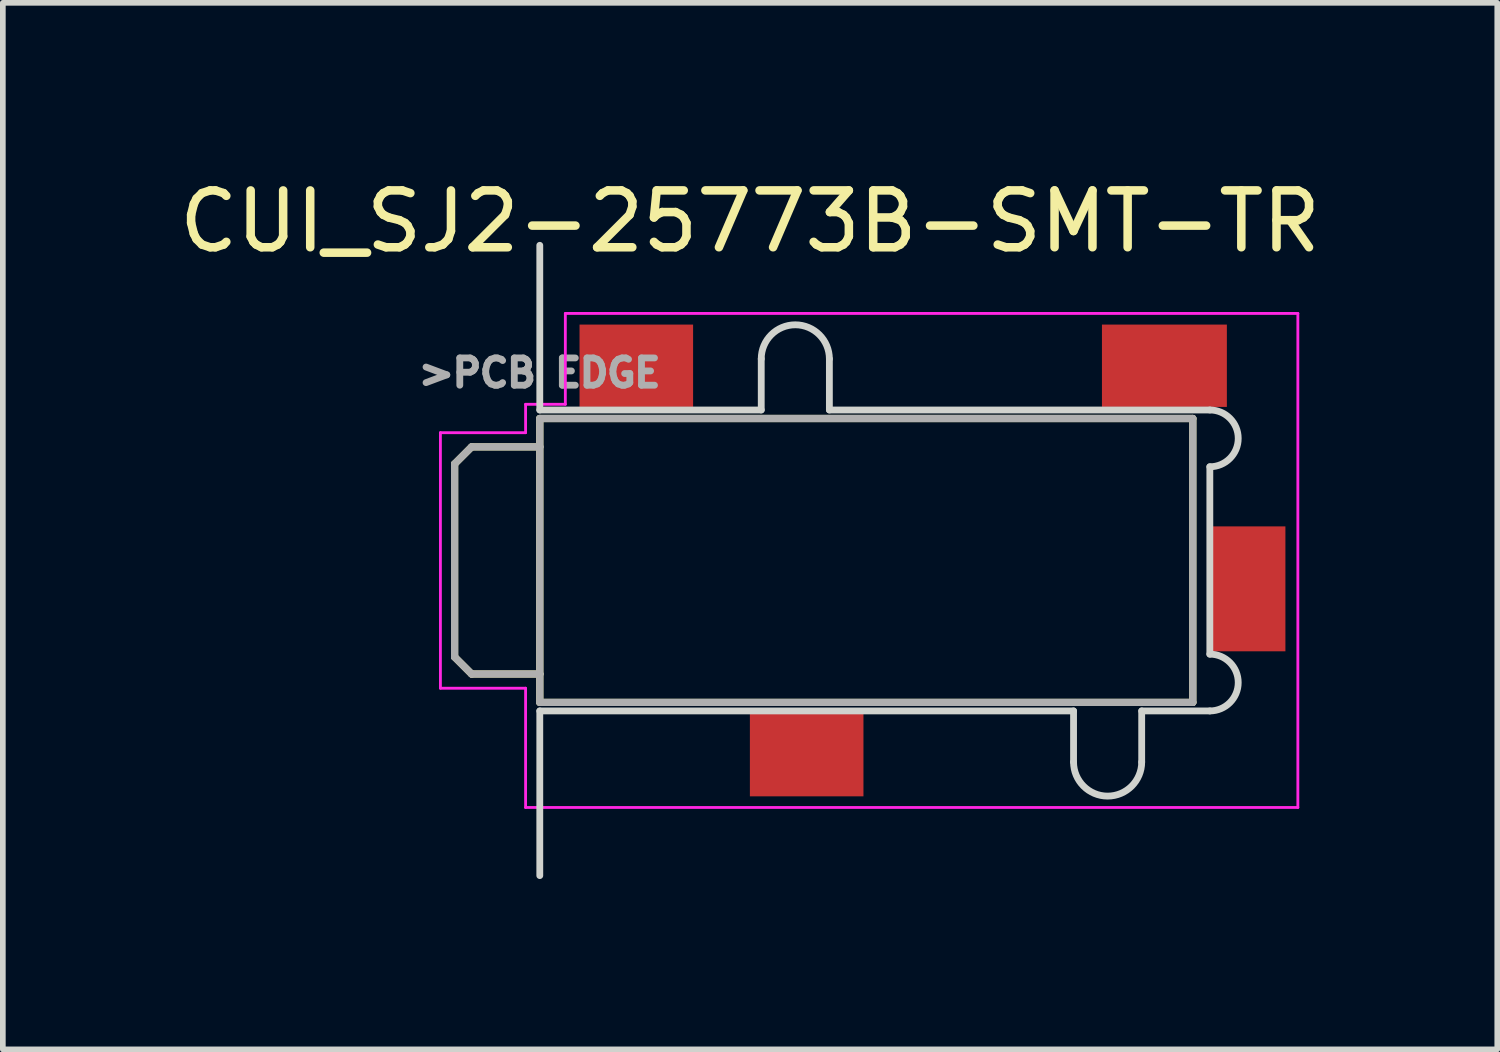
<source format=kicad_pcb>
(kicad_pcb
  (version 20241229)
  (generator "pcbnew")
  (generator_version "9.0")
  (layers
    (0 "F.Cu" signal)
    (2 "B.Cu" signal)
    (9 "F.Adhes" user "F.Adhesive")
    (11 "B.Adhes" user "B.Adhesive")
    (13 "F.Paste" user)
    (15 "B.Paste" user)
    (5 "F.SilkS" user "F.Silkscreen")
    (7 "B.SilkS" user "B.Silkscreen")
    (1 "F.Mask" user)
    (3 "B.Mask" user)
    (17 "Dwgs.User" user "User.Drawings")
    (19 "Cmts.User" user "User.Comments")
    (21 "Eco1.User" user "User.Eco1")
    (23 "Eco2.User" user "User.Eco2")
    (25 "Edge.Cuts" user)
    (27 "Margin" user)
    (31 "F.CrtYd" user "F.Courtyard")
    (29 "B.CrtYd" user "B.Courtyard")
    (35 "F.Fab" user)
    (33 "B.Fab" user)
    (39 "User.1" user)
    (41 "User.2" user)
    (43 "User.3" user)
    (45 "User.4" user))
  (footprint "CUI_SJ2-25773B-SMT-TR"
    (layer "F.Cu")
    (at 12.206 6.82)
    (property "Reference" "CUI_SJ2-25773B-SMT-TR" (at -2.047 -5.971 0) (layer "F.SilkS") (effects (font (size 1.001 1.001) (thickness 0.15))))
    (attr smd)
    (fp_line (start -7.25 -1.7) (end -7.25 1.7) (stroke (width 0.127) (type solid)) (layer "F.SilkS"))
    (fp_line (start -7.25 1.7) (end -6.95 2) (stroke (width 0.127) (type solid)) (layer "F.SilkS"))
    (fp_line (start -6.95 -2) (end -7.25 -1.7) (stroke (width 0.127) (type solid)) (layer "F.SilkS"))
    (fp_line (start -6.95 2) (end -5.75 2) (stroke (width 0.127) (type solid)) (layer "F.SilkS"))
    (fp_line (start -5.75 -2.5) (end 5.75 -2.5) (stroke (width 0.127) (type solid)) (layer "F.SilkS"))
    (fp_line (start -5.75 -2) (end -6.95 -2) (stroke (width 0.127) (type solid)) (layer "F.SilkS"))
    (fp_line (start -5.75 2) (end -5.75 -2.5) (stroke (width 0.127) (type solid)) (layer "F.SilkS"))
    (fp_line (start -5.75 2.5) (end -5.75 2) (stroke (width 0.127) (type solid)) (layer "F.SilkS"))
    (fp_line (start 5.75 -2.5) (end 5.75 2.5) (stroke (width 0.127) (type solid)) (layer "F.SilkS"))
    (fp_line (start 5.75 2.5) (end -5.75 2.5) (stroke (width 0.127) (type solid)) (layer "F.SilkS"))
    (fp_line (start -5.75 -2.65) (end -5.75 -5.55) (stroke (width 0.12) (type solid)) (layer "Edge.Cuts"))
    (fp_line (start -5.75 -2.65) (end -1.85 -2.65) (stroke (width 0.12) (type solid)) (layer "Edge.Cuts"))
    (fp_line (start -5.75 2.65) (end -5.75 5.55) (stroke (width 0.12) (type solid)) (layer "Edge.Cuts"))
    (fp_line (start -5.75 2.65) (end 3.65 2.65) (stroke (width 0.12) (type solid)) (layer "Edge.Cuts"))
    (fp_line (start -1.85 -2.65) (end -1.85 -3.55) (stroke (width 0.12) (type solid)) (layer "Edge.Cuts"))
    (fp_line (start -0.65 -3.55) (end -0.65 -2.65) (stroke (width 0.12) (type solid)) (layer "Edge.Cuts"))
    (fp_line (start -0.65 -2.65) (end 6.05 -2.65) (stroke (width 0.12) (type solid)) (layer "Edge.Cuts"))
    (fp_line (start 3.65 2.65) (end 3.65 3.55) (stroke (width 0.12) (type solid)) (layer "Edge.Cuts"))
    (fp_line (start 4.85 2.65) (end 4.85 3.55) (stroke (width 0.12) (type solid)) (layer "Edge.Cuts"))
    (fp_line (start 4.85 2.65) (end 6.05 2.65) (stroke (width 0.12) (type solid)) (layer "Edge.Cuts"))
    (fp_line (start 6.05 1.65) (end 6.05 -1.65) (stroke (width 0.12) (type solid)) (layer "Edge.Cuts"))
    (fp_arc (start -1.85 -3.55) (mid -1.25 -4.15) (end -0.65 -3.55) (stroke (width 0.12) (type solid)) (layer "Edge.Cuts"))
    (fp_arc (start 4.85 3.55) (mid 4.25 4.15) (end 3.65 3.55) (stroke (width 0.12) (type solid)) (layer "Edge.Cuts"))
    (fp_arc (start 6.05 -2.65) (mid 6.55 -2.15) (end 6.05 -1.65) (stroke (width 0.12) (type solid)) (layer "Edge.Cuts"))
    (fp_arc (start 6.05 1.65) (mid 6.55 2.15) (end 6.05 2.65) (stroke (width 0.12) (type solid)) (layer "Edge.Cuts"))
    (fp_line (start -7.5 -2.25) (end -6 -2.25) (stroke (width 0.05) (type solid)) (layer "F.CrtYd"))
    (fp_line (start -7.5 2.25) (end -7.5 -2.25) (stroke (width 0.05) (type solid)) (layer "F.CrtYd"))
    (fp_line (start -6 -2.75) (end -5.3 -2.75) (stroke (width 0.05) (type solid)) (layer "F.CrtYd"))
    (fp_line (start -6 -2.25) (end -6 -2.75) (stroke (width 0.05) (type solid)) (layer "F.CrtYd"))
    (fp_line (start -6 2.25) (end -7.5 2.25) (stroke (width 0.05) (type solid)) (layer "F.CrtYd"))
    (fp_line (start -6 4.35) (end -6 2.25) (stroke (width 0.05) (type solid)) (layer "F.CrtYd"))
    (fp_line (start -5.3 -4.35) (end 7.6 -4.35) (stroke (width 0.05) (type solid)) (layer "F.CrtYd"))
    (fp_line (start -5.3 -2.75) (end -5.3 -4.35) (stroke (width 0.05) (type solid)) (layer "F.CrtYd"))
    (fp_line (start 7.6 -4.35) (end 7.6 4.35) (stroke (width 0.05) (type solid)) (layer "F.CrtYd"))
    (fp_line (start 7.6 4.35) (end -6 4.35) (stroke (width 0.05) (type solid)) (layer "F.CrtYd"))
    (fp_line (start -7.25 -1.7) (end -7.25 1.7) (stroke (width 0.127) (type solid)) (layer "F.Fab"))
    (fp_line (start -7.25 -1.7) (end -6.95 -2) (stroke (width 0.127) (type solid)) (layer "F.Fab"))
    (fp_line (start -7.25 1.7) (end -6.95 2) (stroke (width 0.127) (type solid)) (layer "F.Fab"))
    (fp_line (start -6.95 2) (end -5.75 2) (stroke (width 0.127) (type solid)) (layer "F.Fab"))
    (fp_line (start -5.75 -2.5) (end 5.75 -2.5) (stroke (width 0.127) (type solid)) (layer "F.Fab"))
    (fp_line (start -5.75 -2) (end -6.95 -2) (stroke (width 0.127) (type solid)) (layer "F.Fab"))
    (fp_line (start -5.75 -2) (end -5.75 -2.5) (stroke (width 0.127) (type solid)) (layer "F.Fab"))
    (fp_line (start -5.75 2) (end -5.75 -2) (stroke (width 0.127) (type solid)) (layer "F.Fab"))
    (fp_line (start -5.75 2.5) (end -5.75 2) (stroke (width 0.127) (type solid)) (layer "F.Fab"))
    (fp_line (start 5.75 -2.5) (end 5.75 2.5) (stroke (width 0.127) (type solid)) (layer "F.Fab"))
    (fp_line (start 5.75 2.5) (end -5.75 2.5) (stroke (width 0.127) (type solid)) (layer "F.Fab"))
    (fp_text user ">PCB EDGE" (at -5.753 -3.302 0) (layer "F.Fab") (effects (font (size 0.48 0.48) (thickness 0.12))))
    (pad "2" smd rect (at 5.25 -3.429) (size 2.2 1.45) (layers "F.Cu" "F.Mask" "F.Paste"))
    (pad "3" smd rect (at -1.05 3.429) (size 2 1.45) (layers "F.Cu" "F.Mask" "F.Paste"))
    (pad "4" smd rect (at -4.05 -3.429) (size 2 1.45) (layers "F.Cu" "F.Mask" "F.Paste"))
    (pad "10" smd rect (at 6.731 0.5 90) (size 2.2 1.3) (layers "F.Cu" "F.Mask" "F.Paste")))
  (gr_rect
    (start -3 -3)
    (end 23.318 15.43)
    (stroke (width 0.1) (type default))
    (fill no)
    (layer "Edge.Cuts")))
</source>
